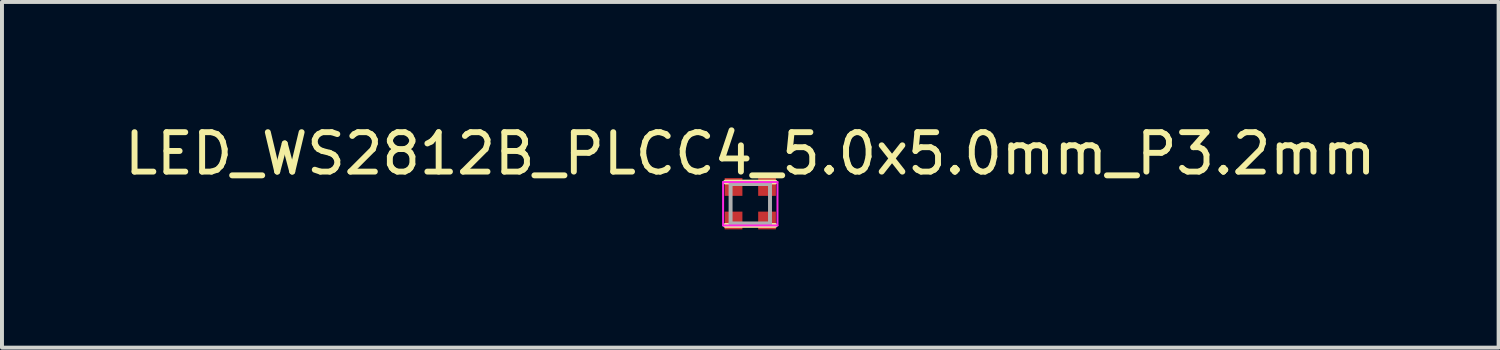
<source format=kicad_pcb>
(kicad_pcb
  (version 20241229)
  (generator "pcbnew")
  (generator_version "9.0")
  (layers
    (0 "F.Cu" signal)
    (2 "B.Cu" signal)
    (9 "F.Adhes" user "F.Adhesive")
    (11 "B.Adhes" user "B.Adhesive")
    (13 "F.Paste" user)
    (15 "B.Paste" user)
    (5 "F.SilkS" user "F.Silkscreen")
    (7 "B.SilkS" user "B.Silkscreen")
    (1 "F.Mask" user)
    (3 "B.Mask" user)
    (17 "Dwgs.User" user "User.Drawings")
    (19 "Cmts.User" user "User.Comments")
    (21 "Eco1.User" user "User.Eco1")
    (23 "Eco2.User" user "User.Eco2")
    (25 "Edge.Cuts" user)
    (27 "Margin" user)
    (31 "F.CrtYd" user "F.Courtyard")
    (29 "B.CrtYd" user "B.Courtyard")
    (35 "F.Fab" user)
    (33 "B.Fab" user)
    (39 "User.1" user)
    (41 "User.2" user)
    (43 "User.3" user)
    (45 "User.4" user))
  (footprint "LED_WS2812B_PLCC4_5.0x5.0mm_P3.2mm"
    (layer "F.Cu")
    (at 15.982 2.118)
    (property "Reference" "LED_WS2812B_PLCC4_5.0x5.0mm_P3.2mm" (at 0 -1.27 0) (layer "F.SilkS") (effects (font (size 1 1) (thickness 0.15))))
    (attr smd)
    (fp_line (start -0.63 -0.55) (end 0.63 -0.55) (stroke (width 0.12) (type solid)) (layer "F.SilkS"))
    (fp_line (start -0.63 0.55) (end 0.63 0.55) (stroke (width 0.12) (type solid)) (layer "F.SilkS"))
    (fp_line (start -0.69 -0.55) (end -0.69 0.55) (stroke (width 0.05) (type solid)) (layer "F.CrtYd"))
    (fp_line (start -0.69 0.55) (end 0.69 0.55) (stroke (width 0.05) (type solid)) (layer "F.CrtYd"))
    (fp_line (start 0.69 -0.55) (end -0.69 -0.55) (stroke (width 0.05) (type solid)) (layer "F.CrtYd"))
    (fp_line (start 0.69 0.55) (end 0.69 -0.55) (stroke (width 0.05) (type solid)) (layer "F.CrtYd"))
    (fp_line (start -0.5 -0.5) (end -0.5 0.5) (stroke (width 0.1) (type solid)) (layer "F.Fab"))
    (fp_line (start -0.5 0.5) (end 0.5 0.5) (stroke (width 0.1) (type solid)) (layer "F.Fab"))
    (fp_line (start 0.5 -0.5) (end -0.5 -0.5) (stroke (width 0.1) (type solid)) (layer "F.Fab"))
    (fp_line (start 0.5 0.5) (end 0.5 -0.5) (stroke (width 0.1) (type solid)) (layer "F.Fab"))
    (pad "1" smd rect (at -0.425 -0.425) (size 0.45 0.45) (layers "F.Cu" "F.Mask" "F.Paste"))
    (pad "2" smd rect (at 0.425 -0.425) (size 0.45 0.45) (layers "F.Cu" "F.Mask" "F.Paste"))
    (pad "3" smd rect (at -0.425 0.425) (size 0.45 0.45) (layers "F.Cu" "F.Mask" "F.Paste"))
    (pad "4" smd rect (at 0.425 0.425) (size 0.45 0.45) (layers "F.Cu" "F.Mask" "F.Paste")))
  (gr_rect
    (start -3 -3)
    (end 34.964 5.768)
    (stroke (width 0.1) (type default))
    (fill no)
    (layer "Edge.Cuts")))
</source>
